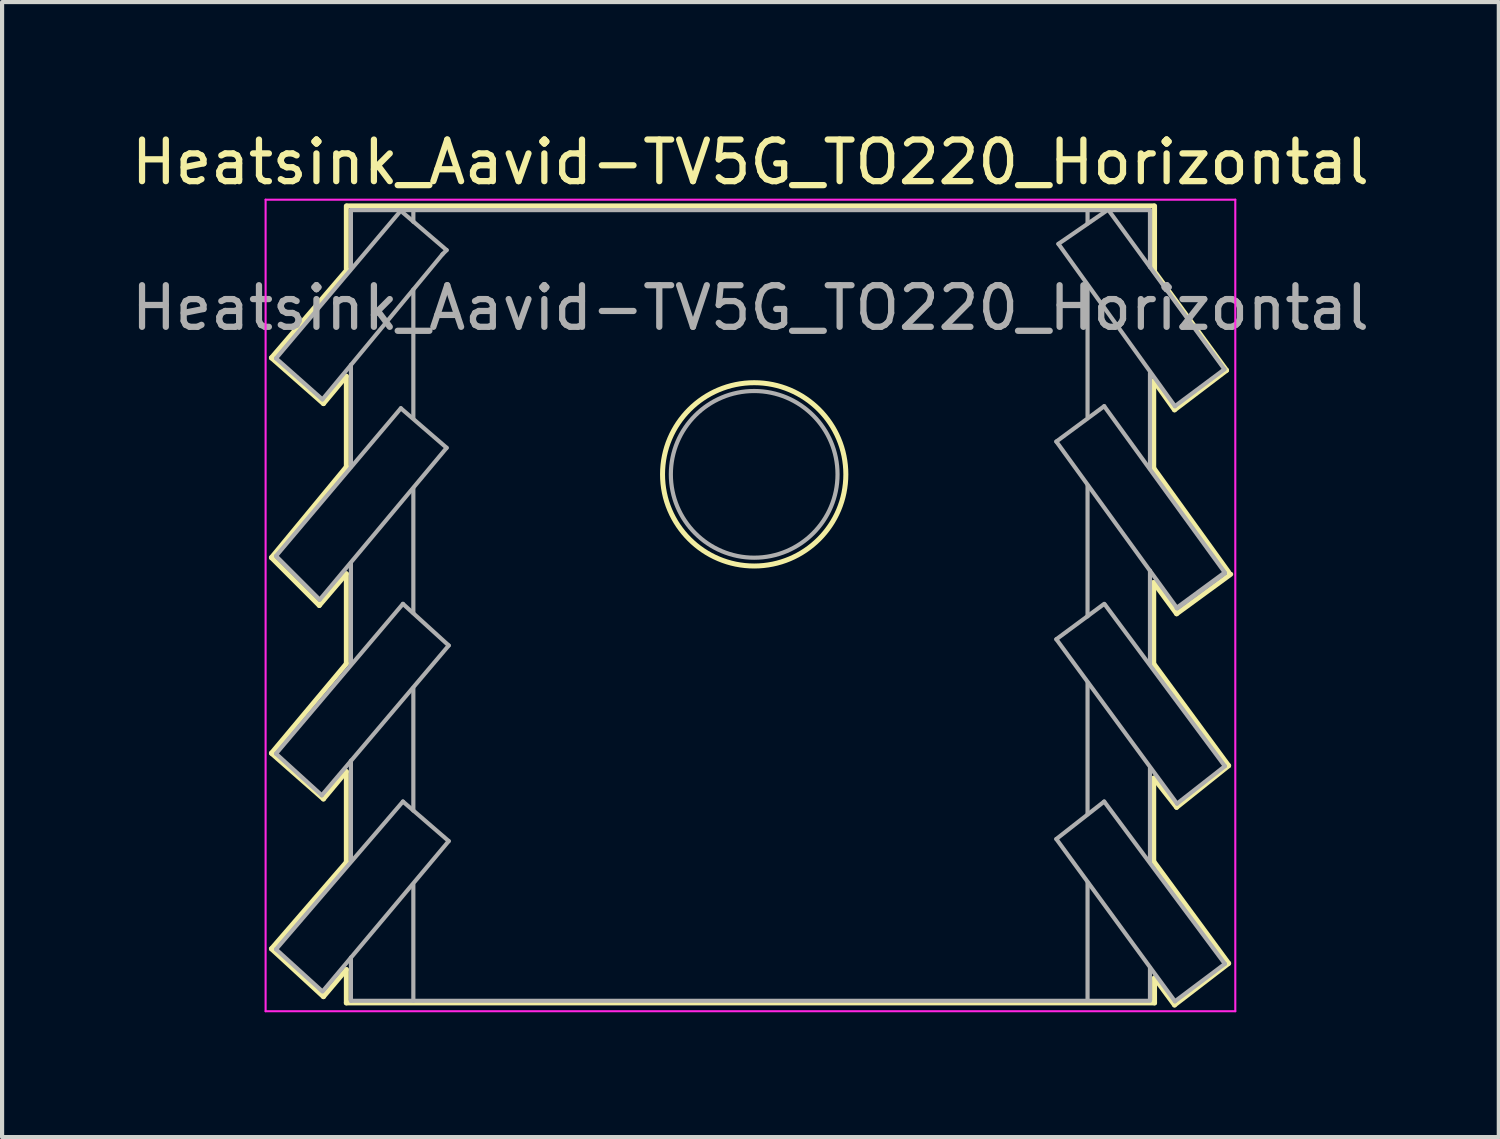
<source format=kicad_pcb>
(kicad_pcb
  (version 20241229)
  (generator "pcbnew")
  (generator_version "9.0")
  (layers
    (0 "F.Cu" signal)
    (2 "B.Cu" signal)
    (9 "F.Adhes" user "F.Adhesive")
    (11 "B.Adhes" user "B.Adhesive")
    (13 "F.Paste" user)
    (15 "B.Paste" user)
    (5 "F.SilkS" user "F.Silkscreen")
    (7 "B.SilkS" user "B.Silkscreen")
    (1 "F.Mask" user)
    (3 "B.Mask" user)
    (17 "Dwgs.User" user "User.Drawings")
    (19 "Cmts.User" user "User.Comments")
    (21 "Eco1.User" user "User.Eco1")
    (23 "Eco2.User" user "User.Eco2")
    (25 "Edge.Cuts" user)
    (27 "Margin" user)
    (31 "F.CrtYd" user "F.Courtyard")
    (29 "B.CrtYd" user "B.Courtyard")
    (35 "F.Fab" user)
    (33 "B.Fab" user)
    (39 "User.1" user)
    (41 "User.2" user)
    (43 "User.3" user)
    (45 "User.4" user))
  (footprint "Heatsink_Aavid-TV5G_TO220_Horizontal"
    (layer "F.Cu")
    (at 14.982 8.348)
    (property "Reference" "Heatsink_Aavid-TV5G_TO220_Horizontal" (at 0 -7.5 0) (layer "F.SilkS") (effects (font (size 1 1) (thickness 0.15))))
    (attr through_hole)
    (fp_line (start -11.51 -2.8) (end -9.7 -4.91) (stroke (width 0.12) (type solid)) (layer "F.SilkS"))
    (fp_line (start -11.51 2) (end -9.71 -0.18) (stroke (width 0.12) (type solid)) (layer "F.SilkS"))
    (fp_line (start -11.51 6.7) (end -9.71 4.55) (stroke (width 0.12) (type solid)) (layer "F.SilkS"))
    (fp_line (start -11.51 11.4) (end -9.71 9.32) (stroke (width 0.12) (type solid)) (layer "F.SilkS"))
    (fp_line (start -10.36 3.15) (end -11.51 2) (stroke (width 0.12) (type solid)) (layer "F.SilkS"))
    (fp_line (start -10.26 -1.7) (end -11.51 -2.8) (stroke (width 0.12) (type solid)) (layer "F.SilkS"))
    (fp_line (start -10.26 7.8) (end -11.51 6.7) (stroke (width 0.12) (type solid)) (layer "F.SilkS"))
    (fp_line (start -10.26 12.55) (end -11.51 11.4) (stroke (width 0.12) (type solid)) (layer "F.SilkS"))
    (fp_line (start -9.71 -4.94) (end -9.71 -6.45) (stroke (width 0.12) (type solid)) (layer "F.SilkS"))
    (fp_line (start -9.71 -2.36) (end -10.26 -1.7) (stroke (width 0.12) (type solid)) (layer "F.SilkS"))
    (fp_line (start -9.71 -0.19) (end -9.71 -2.35) (stroke (width 0.12) (type solid)) (layer "F.SilkS"))
    (fp_line (start -9.71 2.39) (end -10.36 3.15) (stroke (width 0.12) (type solid)) (layer "F.SilkS"))
    (fp_line (start -9.71 4.54) (end -9.71 2.39) (stroke (width 0.12) (type solid)) (layer "F.SilkS"))
    (fp_line (start -9.71 7.14) (end -10.26 7.8) (stroke (width 0.12) (type solid)) (layer "F.SilkS"))
    (fp_line (start -9.71 9.32) (end -9.71 7.15) (stroke (width 0.12) (type solid)) (layer "F.SilkS"))
    (fp_line (start -9.71 11.9) (end -10.26 12.55) (stroke (width 0.12) (type solid)) (layer "F.SilkS"))
    (fp_line (start -9.71 12.7) (end -9.71 11.9) (stroke (width 0.12) (type solid)) (layer "F.SilkS"))
    (fp_line (start -9.69 -6.45) (end 9.69 -6.45) (stroke (width 0.12) (type solid)) (layer "F.SilkS"))
    (fp_line (start 9.69 -4.9) (end 11.44 -2.5) (stroke (width 0.12) (type solid)) (layer "F.SilkS"))
    (fp_line (start 9.69 -2.25) (end 9.69 -0.15) (stroke (width 0.12) (type solid)) (layer "F.SilkS"))
    (fp_line (start 9.69 -0.15) (end 11.49 2.35) (stroke (width 0.12) (type solid)) (layer "F.SilkS"))
    (fp_line (start 9.69 2.6) (end 9.69 4.55) (stroke (width 0.12) (type solid)) (layer "F.SilkS"))
    (fp_line (start 9.69 4.55) (end 11.49 7) (stroke (width 0.12) (type solid)) (layer "F.SilkS"))
    (fp_line (start 9.69 7.3) (end 9.69 9.3) (stroke (width 0.12) (type solid)) (layer "F.SilkS"))
    (fp_line (start 9.69 9.3) (end 11.49 11.75) (stroke (width 0.12) (type solid)) (layer "F.SilkS"))
    (fp_line (start 9.71 -6.45) (end 9.71 -4.9) (stroke (width 0.12) (type solid)) (layer "F.SilkS"))
    (fp_line (start 9.71 12.1) (end 9.71 12.7) (stroke (width 0.12) (type solid)) (layer "F.SilkS"))
    (fp_line (start 9.71 12.7) (end -9.71 12.7) (stroke (width 0.12) (type solid)) (layer "F.SilkS"))
    (fp_line (start 10.19 -1.55) (end 9.69 -2.25) (stroke (width 0.12) (type solid)) (layer "F.SilkS"))
    (fp_line (start 10.19 12.75) (end 9.71 12.1) (stroke (width 0.12) (type solid)) (layer "F.SilkS"))
    (fp_line (start 10.24 3.35) (end 9.69 2.6) (stroke (width 0.12) (type solid)) (layer "F.SilkS"))
    (fp_line (start 10.24 8) (end 9.69 7.3) (stroke (width 0.12) (type solid)) (layer "F.SilkS"))
    (fp_line (start 11.44 -2.5) (end 10.19 -1.55) (stroke (width 0.12) (type solid)) (layer "F.SilkS"))
    (fp_line (start 11.49 7) (end 10.24 8) (stroke (width 0.12) (type solid)) (layer "F.SilkS"))
    (fp_line (start 11.49 11.75) (end 10.19 12.75) (stroke (width 0.12) (type solid)) (layer "F.SilkS"))
    (fp_line (start 11.54 2.4) (end 10.24 3.35) (stroke (width 0.12) (type solid)) (layer "F.SilkS"))
    (fp_circle (center 0.09 0) (end 2.29 -0.1) (stroke (width 0.12) (type solid)) (fill no) (layer "F.SilkS"))
    (fp_line (start -11.65 -6.6) (end -11.65 12.9) (stroke (width 0.05) (type solid)) (layer "F.CrtYd"))
    (fp_line (start -11.65 12.9) (end 11.65 12.9) (stroke (width 0.05) (type solid)) (layer "F.CrtYd"))
    (fp_line (start 11.65 -6.6) (end -11.65 -6.6) (stroke (width 0.05) (type solid)) (layer "F.CrtYd"))
    (fp_line (start 11.65 12.9) (end 11.65 -6.6) (stroke (width 0.05) (type solid)) (layer "F.CrtYd"))
    (fp_line (start -11.4 -2.788) (end -10.285 -1.8) (stroke (width 0.1) (type solid)) (layer "F.Fab"))
    (fp_line (start -11.4 1.962) (end -10.35 3.012) (stroke (width 0.1) (type solid)) (layer "F.Fab"))
    (fp_line (start -11.4 1.962) (end -8.4 -1.588) (stroke (width 0.1) (type solid)) (layer "F.Fab"))
    (fp_line (start -11.4 6.712) (end -8.35 3.112) (stroke (width 0.1) (type solid)) (layer "F.Fab"))
    (fp_line (start -11.4 11.412) (end -10.285 12.425) (stroke (width 0.1) (type solid)) (layer "F.Fab"))
    (fp_line (start -11.4 11.412) (end -8.35 7.862) (stroke (width 0.1) (type solid)) (layer "F.Fab"))
    (fp_line (start -10.35 3.012) (end -7.3 -0.638) (stroke (width 0.1) (type solid)) (layer "F.Fab"))
    (fp_line (start -10.3 7.712) (end -11.4 6.712) (stroke (width 0.1) (type solid)) (layer "F.Fab"))
    (fp_line (start -10.285 -1.8) (end -7.4 -5.288) (stroke (width 0.1) (type solid)) (layer "F.Fab"))
    (fp_line (start -9.6 -6.35) (end -9.6 -4.95) (stroke (width 0.1) (type solid)) (layer "F.Fab"))
    (fp_line (start -9.6 -2.63) (end -9.6 -0.18) (stroke (width 0.1) (type solid)) (layer "F.Fab"))
    (fp_line (start -9.6 2.13) (end -9.6 4.56) (stroke (width 0.1) (type solid)) (layer "F.Fab"))
    (fp_line (start -9.6 6.88) (end -9.6 9.3) (stroke (width 0.1) (type solid)) (layer "F.Fab"))
    (fp_line (start -9.6 11.61) (end -9.6 12.65) (stroke (width 0.1) (type solid)) (layer "F.Fab"))
    (fp_line (start -9.6 12.65) (end 9.6 12.65) (stroke (width 0.1) (type solid)) (layer "F.Fab"))
    (fp_line (start -8.4 -6.338) (end -11.4 -2.788) (stroke (width 0.1) (type solid)) (layer "F.Fab"))
    (fp_line (start -8.35 -6.288) (end -7.3 -5.388) (stroke (width 0.1) (type solid)) (layer "F.Fab"))
    (fp_line (start -8.35 3.112) (end -7.25 4.112) (stroke (width 0.1) (type solid)) (layer "F.Fab"))
    (fp_line (start -8.35 7.862) (end -7.25 8.812) (stroke (width 0.1) (type solid)) (layer "F.Fab"))
    (fp_line (start -8.1 -6.338) (end -8.1 -6.07) (stroke (width 0.1) (type solid)) (layer "F.Fab"))
    (fp_line (start -8.1 -4.44) (end -8.1 -1.35) (stroke (width 0.1) (type solid)) (layer "F.Fab"))
    (fp_line (start -8.1 0.34) (end -8.1 3.33) (stroke (width 0.1) (type solid)) (layer "F.Fab"))
    (fp_line (start -8.1 5.13) (end -8.1 8.08) (stroke (width 0.1) (type solid)) (layer "F.Fab"))
    (fp_line (start -8.1 9.86) (end -8.1 12.65) (stroke (width 0.1) (type solid)) (layer "F.Fab"))
    (fp_line (start -7.3 -5.388) (end -7.4 -5.288) (stroke (width 0.1) (type solid)) (layer "F.Fab"))
    (fp_line (start -7.3 -0.638) (end -8.4 -1.588) (stroke (width 0.1) (type solid)) (layer "F.Fab"))
    (fp_line (start -7.25 4.112) (end -10.3 7.712) (stroke (width 0.1) (type solid)) (layer "F.Fab"))
    (fp_line (start -7.25 8.812) (end -10.26 12.4) (stroke (width 0.1) (type solid)) (layer "F.Fab"))
    (fp_line (start 7.35 -0.788) (end 8.5 -1.638) (stroke (width 0.1) (type solid)) (layer "F.Fab"))
    (fp_line (start 7.35 3.962) (end 8.5 3.112) (stroke (width 0.1) (type solid)) (layer "F.Fab"))
    (fp_line (start 7.35 8.762) (end 10.2 12.662) (stroke (width 0.1) (type solid)) (layer "F.Fab"))
    (fp_line (start 7.4 -5.538) (end 10.2 -1.638) (stroke (width 0.1) (type solid)) (layer "F.Fab"))
    (fp_line (start 8.1 -6.35) (end 8.1 -6.03) (stroke (width 0.1) (type solid)) (layer "F.Fab"))
    (fp_line (start 8.1 -4.538) (end 8.1 -1.388) (stroke (width 0.1) (type solid)) (layer "F.Fab"))
    (fp_line (start 8.1 0.262) (end 8.1 3.412) (stroke (width 0.1) (type solid)) (layer "F.Fab"))
    (fp_line (start 8.1 5.012) (end 8.1 8.162) (stroke (width 0.1) (type solid)) (layer "F.Fab"))
    (fp_line (start 8.1 9.812) (end 8.1 12.612) (stroke (width 0.1) (type solid)) (layer "F.Fab"))
    (fp_line (start 8.5 -1.638) (end 11.4 2.362) (stroke (width 0.1) (type solid)) (layer "F.Fab"))
    (fp_line (start 8.5 7.862) (end 7.35 8.762) (stroke (width 0.1) (type solid)) (layer "F.Fab"))
    (fp_line (start 8.515 3.125) (end 11.4 7.012) (stroke (width 0.1) (type solid)) (layer "F.Fab"))
    (fp_line (start 8.55 -6.33) (end 7.4 -5.538) (stroke (width 0.1) (type solid)) (layer "F.Fab"))
    (fp_line (start 9.6 -6.35) (end -9.6 -6.35) (stroke (width 0.1) (type solid)) (layer "F.Fab"))
    (fp_line (start 9.6 -6.338) (end 9.6 -4.98) (stroke (width 0.1) (type solid)) (layer "F.Fab"))
    (fp_line (start 9.6 -2.438) (end 9.6 -0.138) (stroke (width 0.1) (type solid)) (layer "F.Fab"))
    (fp_line (start 9.6 2.312) (end 9.6 4.562) (stroke (width 0.1) (type solid)) (layer "F.Fab"))
    (fp_line (start 9.6 7.062) (end 9.6 9.312) (stroke (width 0.1) (type solid)) (layer "F.Fab"))
    (fp_line (start 9.6 11.862) (end 9.6 12.612) (stroke (width 0.1) (type solid)) (layer "F.Fab"))
    (fp_line (start 10.2 -1.638) (end 11.39 -2.525) (stroke (width 0.1) (type solid)) (layer "F.Fab"))
    (fp_line (start 10.2 12.662) (end 11.4 11.762) (stroke (width 0.1) (type solid)) (layer "F.Fab"))
    (fp_line (start 10.25 3.212) (end 7.35 -0.788) (stroke (width 0.1) (type solid)) (layer "F.Fab"))
    (fp_line (start 10.25 7.912) (end 7.35 3.962) (stroke (width 0.1) (type solid)) (layer "F.Fab"))
    (fp_line (start 11.39 -2.525) (end 8.61 -6.34) (stroke (width 0.1) (type solid)) (layer "F.Fab"))
    (fp_line (start 11.39 2.375) (end 10.25 3.212) (stroke (width 0.12) (type solid)) (layer "F.Fab"))
    (fp_line (start 11.4 7.012) (end 10.25 7.912) (stroke (width 0.1) (type solid)) (layer "F.Fab"))
    (fp_line (start 11.4 11.762) (end 8.5 7.862) (stroke (width 0.1) (type solid)) (layer "F.Fab"))
    (fp_circle (center 0.09 0) (end 2.09 0.1) (stroke (width 0.1) (type solid)) (fill no) (layer "F.Fab"))
    (fp_text user "${REFERENCE}" (at 0 -4 0) (layer "F.Fab") (effects (font (size 1 1) (thickness 0.15)))))
  (gr_rect
    (start -3 -3)
    (end 32.964 24.273)
    (stroke (width 0.1) (type default))
    (fill no)
    (layer "Edge.Cuts")))
</source>
